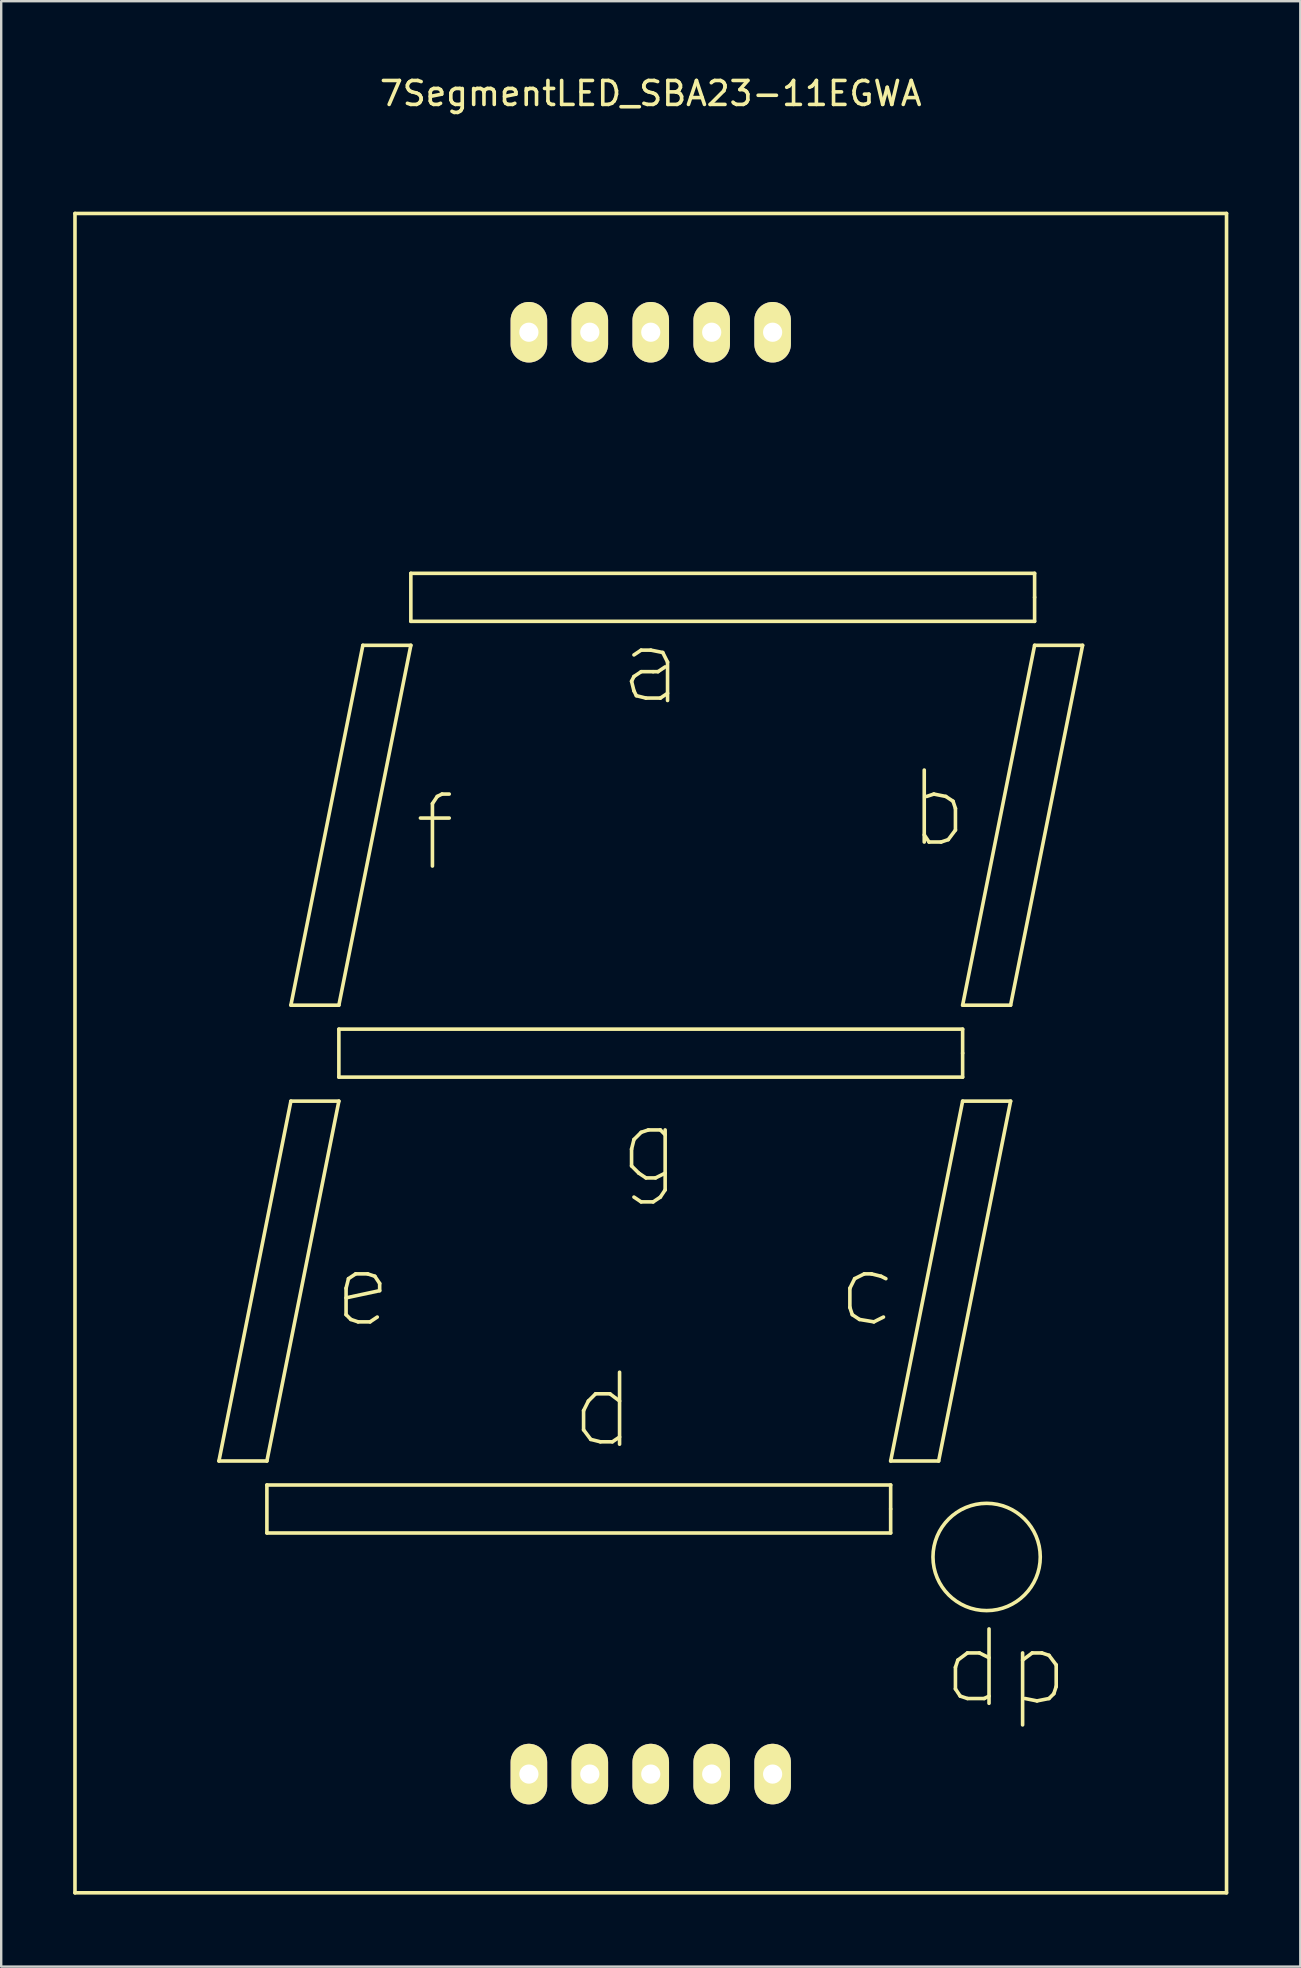
<source format=kicad_pcb>
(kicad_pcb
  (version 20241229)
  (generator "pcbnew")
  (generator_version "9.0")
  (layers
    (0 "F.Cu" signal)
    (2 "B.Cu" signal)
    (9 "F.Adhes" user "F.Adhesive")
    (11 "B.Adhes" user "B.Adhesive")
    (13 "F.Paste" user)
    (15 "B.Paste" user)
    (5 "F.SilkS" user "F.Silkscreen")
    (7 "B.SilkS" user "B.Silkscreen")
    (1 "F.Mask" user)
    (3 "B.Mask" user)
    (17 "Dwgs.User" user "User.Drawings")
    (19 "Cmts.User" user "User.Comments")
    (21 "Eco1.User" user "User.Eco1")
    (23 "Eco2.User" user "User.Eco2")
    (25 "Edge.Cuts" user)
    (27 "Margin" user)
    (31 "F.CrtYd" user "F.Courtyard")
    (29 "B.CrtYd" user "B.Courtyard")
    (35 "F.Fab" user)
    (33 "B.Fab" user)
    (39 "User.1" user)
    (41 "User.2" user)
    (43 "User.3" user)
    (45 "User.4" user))
  (footprint "7SegmentLED_SBA23-11EGWA"
    (layer "F.Cu")
    (at 24.075 40.848)
    (property "Reference" "7SegmentLED_SBA23-11EGWA" (at 0 -40 0) (layer "F.SilkS") (effects (font (size 1 1) (thickness 0.15))))
    (attr through_hole)
    (fp_line (start -24 -35) (end 24 -35) (stroke (width 0.15) (type solid)) (layer "F.SilkS"))
    (fp_line (start -24 35) (end -24 -35) (stroke (width 0.15) (type solid)) (layer "F.SilkS"))
    (fp_line (start -18 17) (end -16 17) (stroke (width 0.15) (type solid)) (layer "F.SilkS"))
    (fp_line (start -16 17) (end -13 2) (stroke (width 0.15) (type solid)) (layer "F.SilkS"))
    (fp_line (start -16 18) (end -16 20) (stroke (width 0.15) (type solid)) (layer "F.SilkS"))
    (fp_line (start -16 20) (end 10 20) (stroke (width 0.15) (type solid)) (layer "F.SilkS"))
    (fp_line (start -15 -2) (end -13 -2) (stroke (width 0.15) (type solid)) (layer "F.SilkS"))
    (fp_line (start -15 2) (end -18 17) (stroke (width 0.15) (type solid)) (layer "F.SilkS"))
    (fp_line (start -13 -2) (end -10 -17) (stroke (width 0.15) (type solid)) (layer "F.SilkS"))
    (fp_line (start -13 -1) (end -13 1) (stroke (width 0.15) (type solid)) (layer "F.SilkS"))
    (fp_line (start -13 1) (end 13 1) (stroke (width 0.15) (type solid)) (layer "F.SilkS"))
    (fp_line (start -13 2) (end -15 2) (stroke (width 0.15) (type solid)) (layer "F.SilkS"))
    (fp_line (start -12.7 9.8) (end -12.6 9.4) (stroke (width 0.15) (type solid)) (layer "F.SilkS"))
    (fp_line (start -12.7 10.9) (end -12.7 9.8) (stroke (width 0.15) (type solid)) (layer "F.SilkS"))
    (fp_line (start -12.6 9.4) (end -12.3 9.2) (stroke (width 0.15) (type solid)) (layer "F.SilkS"))
    (fp_line (start -12.5 11.1) (end -12.7 10.9) (stroke (width 0.15) (type solid)) (layer "F.SilkS"))
    (fp_line (start -12.3 9.2) (end -11.8 9.2) (stroke (width 0.15) (type solid)) (layer "F.SilkS"))
    (fp_line (start -12.2 11.2) (end -12.5 11.1) (stroke (width 0.15) (type solid)) (layer "F.SilkS"))
    (fp_line (start -12 -17) (end -15 -2) (stroke (width 0.15) (type solid)) (layer "F.SilkS"))
    (fp_line (start -11.8 9.2) (end -11.5 9.3) (stroke (width 0.15) (type solid)) (layer "F.SilkS"))
    (fp_line (start -11.7 11.2) (end -12.2 11.2) (stroke (width 0.15) (type solid)) (layer "F.SilkS"))
    (fp_line (start -11.5 9.3) (end -11.3 9.6) (stroke (width 0.15) (type solid)) (layer "F.SilkS"))
    (fp_line (start -11.4 11) (end -11.7 11.2) (stroke (width 0.15) (type solid)) (layer "F.SilkS"))
    (fp_line (start -11.3 9.6) (end -11.3 9.9) (stroke (width 0.15) (type solid)) (layer "F.SilkS"))
    (fp_line (start -11.3 9.9) (end -12.7 10.2) (stroke (width 0.15) (type solid)) (layer "F.SilkS"))
    (fp_line (start -10 -20) (end -10 -18) (stroke (width 0.15) (type solid)) (layer "F.SilkS"))
    (fp_line (start -10 -18) (end 16 -18) (stroke (width 0.15) (type solid)) (layer "F.SilkS"))
    (fp_line (start -10 -17) (end -12 -17) (stroke (width 0.15) (type solid)) (layer "F.SilkS"))
    (fp_line (start -9.6 -9.8) (end -8.4 -9.8) (stroke (width 0.15) (type solid)) (layer "F.SilkS"))
    (fp_line (start -9.1 -10.4) (end -9.1 -7.8) (stroke (width 0.15) (type solid)) (layer "F.SilkS"))
    (fp_line (start -8.9 -10.7) (end -9.1 -10.4) (stroke (width 0.15) (type solid)) (layer "F.SilkS"))
    (fp_line (start -8.7 -10.8) (end -8.9 -10.7) (stroke (width 0.15) (type solid)) (layer "F.SilkS"))
    (fp_line (start -8.4 -10.8) (end -8.7 -10.8) (stroke (width 0.15) (type solid)) (layer "F.SilkS"))
    (fp_line (start -2.8 14.9) (end -2.6 14.5) (stroke (width 0.15) (type solid)) (layer "F.SilkS"))
    (fp_line (start -2.8 15.7) (end -2.8 14.9) (stroke (width 0.15) (type solid)) (layer "F.SilkS"))
    (fp_line (start -2.6 14.5) (end -2.3 14.2) (stroke (width 0.15) (type solid)) (layer "F.SilkS"))
    (fp_line (start -2.5 16.1) (end -2.8 15.7) (stroke (width 0.15) (type solid)) (layer "F.SilkS"))
    (fp_line (start -2.3 14.2) (end -1.7 14.2) (stroke (width 0.15) (type solid)) (layer "F.SilkS"))
    (fp_line (start -2.1 16.2) (end -2.5 16.1) (stroke (width 0.15) (type solid)) (layer "F.SilkS"))
    (fp_line (start -1.7 14.2) (end -1.3 14.5) (stroke (width 0.15) (type solid)) (layer "F.SilkS"))
    (fp_line (start -1.6 16.2) (end -2.1 16.2) (stroke (width 0.15) (type solid)) (layer "F.SilkS"))
    (fp_line (start -1.3 13.3) (end -1.3 16.3) (stroke (width 0.15) (type solid)) (layer "F.SilkS"))
    (fp_line (start -1.3 16) (end -1.6 16.2) (stroke (width 0.15) (type solid)) (layer "F.SilkS"))
    (fp_line (start -0.8 -15.5) (end -0.7 -15.7) (stroke (width 0.15) (type solid)) (layer "F.SilkS"))
    (fp_line (start -0.8 4) (end -0.8 4.7) (stroke (width 0.15) (type solid)) (layer "F.SilkS"))
    (fp_line (start -0.8 4.7) (end -0.5 5) (stroke (width 0.15) (type solid)) (layer "F.SilkS"))
    (fp_line (start -0.7 -16.6) (end -0.4 -16.8) (stroke (width 0.15) (type solid)) (layer "F.SilkS"))
    (fp_line (start -0.7 -15.7) (end -0.4 -15.9) (stroke (width 0.15) (type solid)) (layer "F.SilkS"))
    (fp_line (start -0.7 -15.1) (end -0.8 -15.5) (stroke (width 0.15) (type solid)) (layer "F.SilkS"))
    (fp_line (start -0.7 3.6) (end -0.8 4) (stroke (width 0.15) (type solid)) (layer "F.SilkS"))
    (fp_line (start -0.7 6) (end -0.4 6.2) (stroke (width 0.15) (type solid)) (layer "F.SilkS"))
    (fp_line (start -0.6 -14.9) (end -0.7 -15.1) (stroke (width 0.15) (type solid)) (layer "F.SilkS"))
    (fp_line (start -0.5 5) (end -0.2 5.2) (stroke (width 0.15) (type solid)) (layer "F.SilkS"))
    (fp_line (start -0.4 -16.8) (end 0 -16.8) (stroke (width 0.15) (type solid)) (layer "F.SilkS"))
    (fp_line (start -0.4 -15.9) (end 0.1 -15.9) (stroke (width 0.15) (type solid)) (layer "F.SilkS"))
    (fp_line (start -0.4 3.3) (end -0.7 3.6) (stroke (width 0.15) (type solid)) (layer "F.SilkS"))
    (fp_line (start -0.4 6.2) (end 0.1 6.2) (stroke (width 0.15) (type solid)) (layer "F.SilkS"))
    (fp_line (start -0.2 -14.8) (end -0.6 -14.9) (stroke (width 0.15) (type solid)) (layer "F.SilkS"))
    (fp_line (start -0.2 5.2) (end 0.2 5.2) (stroke (width 0.15) (type solid)) (layer "F.SilkS"))
    (fp_line (start -0.1 3.2) (end -0.4 3.3) (stroke (width 0.15) (type solid)) (layer "F.SilkS"))
    (fp_line (start 0 -16.8) (end 0.5 -16.7) (stroke (width 0.15) (type solid)) (layer "F.SilkS"))
    (fp_line (start 0.1 -15.9) (end 0.3 -15.9) (stroke (width 0.15) (type solid)) (layer "F.SilkS"))
    (fp_line (start 0.1 6.2) (end 0.4 6) (stroke (width 0.15) (type solid)) (layer "F.SilkS"))
    (fp_line (start 0.2 5.2) (end 0.6 5) (stroke (width 0.15) (type solid)) (layer "F.SilkS"))
    (fp_line (start 0.3 -15.9) (end 0.6 -16.1) (stroke (width 0.15) (type solid)) (layer "F.SilkS"))
    (fp_line (start 0.4 -14.8) (end -0.2 -14.8) (stroke (width 0.15) (type solid)) (layer "F.SilkS"))
    (fp_line (start 0.4 3.2) (end -0.1 3.2) (stroke (width 0.15) (type solid)) (layer "F.SilkS"))
    (fp_line (start 0.4 6) (end 0.6 5.7) (stroke (width 0.15) (type solid)) (layer "F.SilkS"))
    (fp_line (start 0.5 -16.7) (end 0.7 -16.3) (stroke (width 0.15) (type solid)) (layer "F.SilkS"))
    (fp_line (start 0.6 3.4) (end 0.4 3.2) (stroke (width 0.15) (type solid)) (layer "F.SilkS"))
    (fp_line (start 0.6 5.7) (end 0.6 3.2) (stroke (width 0.15) (type solid)) (layer "F.SilkS"))
    (fp_line (start 0.7 -16.3) (end 0.7 -14.7) (stroke (width 0.15) (type solid)) (layer "F.SilkS"))
    (fp_line (start 0.7 -15) (end 0.4 -14.8) (stroke (width 0.15) (type solid)) (layer "F.SilkS"))
    (fp_line (start 8.3 9.8) (end 8.3 10.6) (stroke (width 0.15) (type solid)) (layer "F.SilkS"))
    (fp_line (start 8.3 10.6) (end 8.4 10.9) (stroke (width 0.15) (type solid)) (layer "F.SilkS"))
    (fp_line (start 8.4 10.9) (end 8.7 11.1) (stroke (width 0.15) (type solid)) (layer "F.SilkS"))
    (fp_line (start 8.5 9.4) (end 8.3 9.8) (stroke (width 0.15) (type solid)) (layer "F.SilkS"))
    (fp_line (start 8.7 11.1) (end 9.3 11.2) (stroke (width 0.15) (type solid)) (layer "F.SilkS"))
    (fp_line (start 8.9 9.2) (end 8.5 9.4) (stroke (width 0.15) (type solid)) (layer "F.SilkS"))
    (fp_line (start 9.2 9.2) (end 8.9 9.2) (stroke (width 0.15) (type solid)) (layer "F.SilkS"))
    (fp_line (start 9.3 11.2) (end 9.7 11) (stroke (width 0.15) (type solid)) (layer "F.SilkS"))
    (fp_line (start 9.6 9.3) (end 9.2 9.2) (stroke (width 0.15) (type solid)) (layer "F.SilkS"))
    (fp_line (start 9.8 9.4) (end 9.6 9.3) (stroke (width 0.15) (type solid)) (layer "F.SilkS"))
    (fp_line (start 10 17) (end 12 17) (stroke (width 0.15) (type solid)) (layer "F.SilkS"))
    (fp_line (start 10 18) (end -16 18) (stroke (width 0.15) (type solid)) (layer "F.SilkS"))
    (fp_line (start 10 19) (end 10 18) (stroke (width 0.15) (type solid)) (layer "F.SilkS"))
    (fp_line (start 10 20) (end 10 19) (stroke (width 0.15) (type solid)) (layer "F.SilkS"))
    (fp_line (start 11.4 -11.8) (end 11.4 -8.8) (stroke (width 0.15) (type solid)) (layer "F.SilkS"))
    (fp_line (start 11.4 -9.1) (end 11.6 -8.8) (stroke (width 0.15) (type solid)) (layer "F.SilkS"))
    (fp_line (start 11.6 -8.8) (end 12.1 -8.8) (stroke (width 0.15) (type solid)) (layer "F.SilkS"))
    (fp_line (start 11.8 -10.8) (end 11.5 -10.7) (stroke (width 0.15) (type solid)) (layer "F.SilkS"))
    (fp_line (start 12 17) (end 15 2) (stroke (width 0.15) (type solid)) (layer "F.SilkS"))
    (fp_line (start 12.1 -8.8) (end 12.4 -8.9) (stroke (width 0.15) (type solid)) (layer "F.SilkS"))
    (fp_line (start 12.3 -10.7) (end 11.8 -10.8) (stroke (width 0.15) (type solid)) (layer "F.SilkS"))
    (fp_line (start 12.4 -8.9) (end 12.7 -9.3) (stroke (width 0.15) (type solid)) (layer "F.SilkS"))
    (fp_line (start 12.6 -10.5) (end 12.3 -10.7) (stroke (width 0.15) (type solid)) (layer "F.SilkS"))
    (fp_line (start 12.7 -10.2) (end 12.6 -10.5) (stroke (width 0.15) (type solid)) (layer "F.SilkS"))
    (fp_line (start 12.7 -9.3) (end 12.7 -10.2) (stroke (width 0.15) (type solid)) (layer "F.SilkS"))
    (fp_line (start 12.7 25.6) (end 12.8 25.3) (stroke (width 0.15) (type solid)) (layer "F.SilkS"))
    (fp_line (start 12.7 26.5) (end 12.7 25.6) (stroke (width 0.15) (type solid)) (layer "F.SilkS"))
    (fp_line (start 12.8 25.3) (end 13.2 25) (stroke (width 0.15) (type solid)) (layer "F.SilkS"))
    (fp_line (start 12.9 26.8) (end 12.7 26.5) (stroke (width 0.15) (type solid)) (layer "F.SilkS"))
    (fp_line (start 13 -2) (end 15 -2) (stroke (width 0.15) (type solid)) (layer "F.SilkS"))
    (fp_line (start 13 -1) (end -13 -1) (stroke (width 0.15) (type solid)) (layer "F.SilkS"))
    (fp_line (start 13 0) (end 13 -1) (stroke (width 0.15) (type solid)) (layer "F.SilkS"))
    (fp_line (start 13 1) (end 13 0) (stroke (width 0.15) (type solid)) (layer "F.SilkS"))
    (fp_line (start 13 2) (end 10 17) (stroke (width 0.15) (type solid)) (layer "F.SilkS"))
    (fp_line (start 13.2 25) (end 13.7 25) (stroke (width 0.15) (type solid)) (layer "F.SilkS"))
    (fp_line (start 13.2 26.9) (end 12.9 26.8) (stroke (width 0.15) (type solid)) (layer "F.SilkS"))
    (fp_line (start 13.7 25) (end 14.1 25.2) (stroke (width 0.15) (type solid)) (layer "F.SilkS"))
    (fp_line (start 13.9 26.9) (end 13.2 26.9) (stroke (width 0.15) (type solid)) (layer "F.SilkS"))
    (fp_line (start 14.1 24) (end 14.1 27.1) (stroke (width 0.15) (type solid)) (layer "F.SilkS"))
    (fp_line (start 14.1 26.8) (end 13.9 26.9) (stroke (width 0.15) (type solid)) (layer "F.SilkS"))
    (fp_line (start 15 -2) (end 18 -17) (stroke (width 0.15) (type solid)) (layer "F.SilkS"))
    (fp_line (start 15 2) (end 13 2) (stroke (width 0.15) (type solid)) (layer "F.SilkS"))
    (fp_line (start 15.5 25) (end 15.5 28) (stroke (width 0.15) (type solid)) (layer "F.SilkS"))
    (fp_line (start 15.5 25.3) (end 15.9 25) (stroke (width 0.15) (type solid)) (layer "F.SilkS"))
    (fp_line (start 15.9 25) (end 16.3 25) (stroke (width 0.15) (type solid)) (layer "F.SilkS"))
    (fp_line (start 16 -20) (end -10 -20) (stroke (width 0.15) (type solid)) (layer "F.SilkS"))
    (fp_line (start 16 -19) (end 16 -20) (stroke (width 0.15) (type solid)) (layer "F.SilkS"))
    (fp_line (start 16 -18) (end 16 -19) (stroke (width 0.15) (type solid)) (layer "F.SilkS"))
    (fp_line (start 16 -17) (end 13 -2) (stroke (width 0.15) (type solid)) (layer "F.SilkS"))
    (fp_line (start 16.1 27) (end 15.6 26.9) (stroke (width 0.15) (type solid)) (layer "F.SilkS"))
    (fp_line (start 16.3 25) (end 16.6 25.1) (stroke (width 0.15) (type solid)) (layer "F.SilkS"))
    (fp_line (start 16.6 25.1) (end 16.9 25.5) (stroke (width 0.15) (type solid)) (layer "F.SilkS"))
    (fp_line (start 16.6 26.9) (end 16.1 27) (stroke (width 0.15) (type solid)) (layer "F.SilkS"))
    (fp_line (start 16.8 26.7) (end 16.6 26.9) (stroke (width 0.15) (type solid)) (layer "F.SilkS"))
    (fp_line (start 16.9 25.5) (end 16.9 26.4) (stroke (width 0.15) (type solid)) (layer "F.SilkS"))
    (fp_line (start 16.9 26.4) (end 16.8 26.7) (stroke (width 0.15) (type solid)) (layer "F.SilkS"))
    (fp_line (start 18 -17) (end 16 -17) (stroke (width 0.15) (type solid)) (layer "F.SilkS"))
    (fp_line (start 24 -35) (end 24 35) (stroke (width 0.15) (type solid)) (layer "F.SilkS"))
    (fp_line (start 24 35) (end -24 35) (stroke (width 0.15) (type solid)) (layer "F.SilkS"))
    (fp_circle (center 14 21) (end 16 22) (stroke (width 0.15) (type solid)) (fill no) (layer "F.SilkS"))
    (pad "1" thru_hole oval (at -5.08 30.05) (size 1.524 2.524) (drill 0.8) (layers "*.Cu" "*.Mask" "F.SilkS"))
    (pad "2" thru_hole oval (at -2.54 30.05) (size 1.524 2.524) (drill 0.8) (layers "*.Cu" "*.Mask" "F.SilkS"))
    (pad "3" thru_hole oval (at 0 30.05) (size 1.524 2.524) (drill 0.8) (layers "*.Cu" "*.Mask" "F.SilkS"))
    (pad "4" thru_hole oval (at 2.54 30.05) (size 1.524 2.524) (drill 0.8) (layers "*.Cu" "*.Mask" "F.SilkS"))
    (pad "5" thru_hole oval (at 5.08 30.05) (size 1.524 2.524) (drill 0.8) (layers "*.Cu" "*.Mask" "F.SilkS"))
    (pad "6" thru_hole oval (at 5.08 -30.05) (size 1.524 2.524) (drill 0.8) (layers "*.Cu" "*.Mask" "F.SilkS"))
    (pad "7" thru_hole oval (at 2.54 -30.05) (size 1.524 2.524) (drill 0.8) (layers "*.Cu" "*.Mask" "F.SilkS"))
    (pad "8" thru_hole oval (at 0 -30.05) (size 1.524 2.524) (drill 0.8) (layers "*.Cu" "*.Mask" "F.SilkS"))
    (pad "9" thru_hole oval (at -2.54 -30.05) (size 1.524 2.524) (drill 0.8) (layers "*.Cu" "*.Mask" "F.SilkS"))
    (pad "10" thru_hole oval (at -5.08 -30.05) (size 1.524 2.524) (drill 0.8) (layers "*.Cu" "*.Mask" "F.SilkS")))
  (gr_rect
    (start -3 -3)
    (end 51.15 78.923)
    (stroke (width 0.1) (type default))
    (fill no)
    (layer "Edge.Cuts")))
</source>
